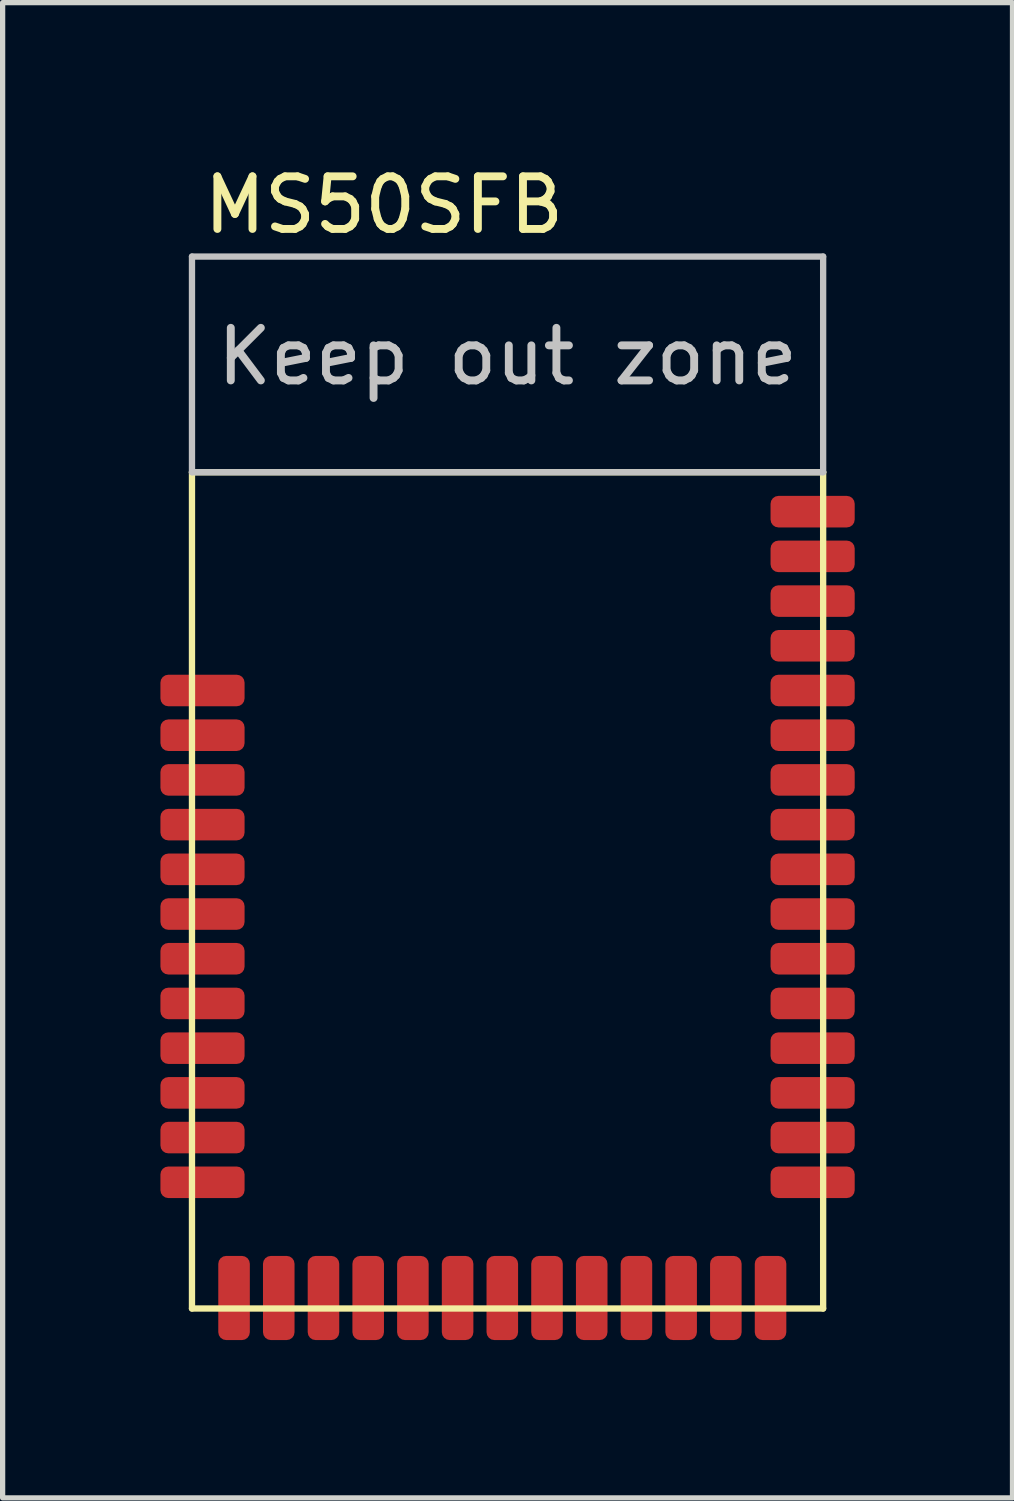
<source format=kicad_pcb>
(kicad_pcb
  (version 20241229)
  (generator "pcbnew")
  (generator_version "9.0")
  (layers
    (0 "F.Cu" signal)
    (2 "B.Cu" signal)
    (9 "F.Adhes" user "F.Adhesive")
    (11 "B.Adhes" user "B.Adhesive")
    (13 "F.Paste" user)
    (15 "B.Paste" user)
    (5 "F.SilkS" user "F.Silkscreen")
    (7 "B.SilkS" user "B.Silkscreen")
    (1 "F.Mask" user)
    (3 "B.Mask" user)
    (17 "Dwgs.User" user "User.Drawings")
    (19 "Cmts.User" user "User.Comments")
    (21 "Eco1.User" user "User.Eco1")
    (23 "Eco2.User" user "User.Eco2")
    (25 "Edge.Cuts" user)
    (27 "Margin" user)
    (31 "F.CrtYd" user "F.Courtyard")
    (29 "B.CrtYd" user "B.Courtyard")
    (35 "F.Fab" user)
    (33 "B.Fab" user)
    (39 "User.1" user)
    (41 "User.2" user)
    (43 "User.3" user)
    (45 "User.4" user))
  (footprint "MS50SFB"
    (layer "F.Cu")
    (at 0.6 21.828)
    (property "Reference" "MS50SFB" (at 3.65 -20.98 0) (layer "F.SilkS") (effects (font (size 1 1) (thickness 0.15))))
    (attr through_hole)
    (fp_line (start 0 -15.9) (end 0 0) (stroke (width 0.12) (type solid)) (layer "F.SilkS"))
    (fp_line (start 0 0) (end 12 0) (stroke (width 0.12) (type solid)) (layer "F.SilkS"))
    (fp_line (start 12 -15.9) (end 0 -15.9) (stroke (width 0.12) (type solid)) (layer "F.SilkS"))
    (fp_line (start 12 0) (end 12 -15.9) (stroke (width 0.12) (type solid)) (layer "F.SilkS"))
    (fp_line (start 0 -20) (end 12 -20) (stroke (width 0.12) (type solid)) (layer "Dwgs.User"))
    (fp_line (start 0 -15.9) (end 0 -20) (stroke (width 0.12) (type solid)) (layer "Dwgs.User"))
    (fp_line (start 12 -20) (end 12 -15.9) (stroke (width 0.12) (type solid)) (layer "Dwgs.User"))
    (fp_line (start 12 -15.9) (end 0 -15.9) (stroke (width 0.12) (type solid)) (layer "Dwgs.User"))
    (fp_text user "Keep out zone" (at 6 -18.1 0) (layer "Dwgs.User") (effects (font (size 1 1) (thickness 0.15))))
    (pad "1" smd roundrect (at 0.2 -11.75) (size 1.6 0.6) (layers "F.Cu" "F.Mask" "F.Paste") (roundrect_rratio 0.25))
    (pad "2" smd roundrect (at 0.2 -10.9) (size 1.6 0.6) (layers "F.Cu" "F.Mask" "F.Paste") (roundrect_rratio 0.25))
    (pad "3" smd roundrect (at 0.2 -10.05) (size 1.6 0.6) (layers "F.Cu" "F.Mask" "F.Paste") (roundrect_rratio 0.25))
    (pad "4" smd roundrect (at 0.2 -9.2) (size 1.6 0.6) (layers "F.Cu" "F.Mask" "F.Paste") (roundrect_rratio 0.25))
    (pad "5" smd roundrect (at 0.2 -8.35) (size 1.6 0.6) (layers "F.Cu" "F.Mask" "F.Paste") (roundrect_rratio 0.25))
    (pad "6" smd roundrect (at 0.2 -7.5) (size 1.6 0.6) (layers "F.Cu" "F.Mask" "F.Paste") (roundrect_rratio 0.25))
    (pad "7" smd roundrect (at 0.2 -6.65) (size 1.6 0.6) (layers "F.Cu" "F.Mask" "F.Paste") (roundrect_rratio 0.25))
    (pad "8" smd roundrect (at 0.2 -5.8) (size 1.6 0.6) (layers "F.Cu" "F.Mask" "F.Paste") (roundrect_rratio 0.25))
    (pad "9" smd roundrect (at 0.2 -4.95) (size 1.6 0.6) (layers "F.Cu" "F.Mask" "F.Paste") (roundrect_rratio 0.25))
    (pad "10" smd roundrect (at 0.2 -4.1) (size 1.6 0.6) (layers "F.Cu" "F.Mask" "F.Paste") (roundrect_rratio 0.25))
    (pad "11" smd roundrect (at 0.2 -3.25) (size 1.6 0.6) (layers "F.Cu" "F.Mask" "F.Paste") (roundrect_rratio 0.25))
    (pad "12" smd roundrect (at 0.2 -2.4) (size 1.6 0.6) (layers "F.Cu" "F.Mask" "F.Paste") (roundrect_rratio 0.25))
    (pad "13" smd roundrect (at 0.8 -0.2) (size 0.6 1.6) (layers "F.Cu" "F.Mask" "F.Paste") (roundrect_rratio 0.25))
    (pad "14" smd roundrect (at 1.65 -0.2) (size 0.6 1.6) (layers "F.Cu" "F.Mask" "F.Paste") (roundrect_rratio 0.25))
    (pad "15" smd roundrect (at 2.5 -0.2) (size 0.6 1.6) (layers "F.Cu" "F.Mask" "F.Paste") (roundrect_rratio 0.25))
    (pad "16" smd roundrect (at 3.35 -0.2) (size 0.6 1.6) (layers "F.Cu" "F.Mask" "F.Paste") (roundrect_rratio 0.25))
    (pad "17" smd roundrect (at 4.2 -0.2) (size 0.6 1.6) (layers "F.Cu" "F.Mask" "F.Paste") (roundrect_rratio 0.25))
    (pad "18" smd roundrect (at 5.05 -0.2) (size 0.6 1.6) (layers "F.Cu" "F.Mask" "F.Paste") (roundrect_rratio 0.25))
    (pad "19" smd roundrect (at 5.9 -0.2) (size 0.6 1.6) (layers "F.Cu" "F.Mask" "F.Paste") (roundrect_rratio 0.25))
    (pad "20" smd roundrect (at 6.75 -0.2) (size 0.6 1.6) (layers "F.Cu" "F.Mask" "F.Paste") (roundrect_rratio 0.25))
    (pad "21" smd roundrect (at 7.6 -0.2) (size 0.6 1.6) (layers "F.Cu" "F.Mask" "F.Paste") (roundrect_rratio 0.25))
    (pad "22" smd roundrect (at 8.45 -0.2) (size 0.6 1.6) (layers "F.Cu" "F.Mask" "F.Paste") (roundrect_rratio 0.25))
    (pad "23" smd roundrect (at 9.3 -0.2) (size 0.6 1.6) (layers "F.Cu" "F.Mask" "F.Paste") (roundrect_rratio 0.25))
    (pad "24" smd roundrect (at 10.15 -0.2) (size 0.6 1.6) (layers "F.Cu" "F.Mask" "F.Paste") (roundrect_rratio 0.25))
    (pad "25" smd roundrect (at 11 -0.2) (size 0.6 1.6) (layers "F.Cu" "F.Mask" "F.Paste") (roundrect_rratio 0.25))
    (pad "26" smd roundrect (at 11.8 -2.4) (size 1.6 0.6) (layers "F.Cu" "F.Mask" "F.Paste") (roundrect_rratio 0.25))
    (pad "27" smd roundrect (at 11.8 -3.25) (size 1.6 0.6) (layers "F.Cu" "F.Mask" "F.Paste") (roundrect_rratio 0.25))
    (pad "28" smd roundrect (at 11.8 -4.1) (size 1.6 0.6) (layers "F.Cu" "F.Mask" "F.Paste") (roundrect_rratio 0.25))
    (pad "29" smd roundrect (at 11.8 -4.95) (size 1.6 0.6) (layers "F.Cu" "F.Mask" "F.Paste") (roundrect_rratio 0.25))
    (pad "30" smd roundrect (at 11.8 -5.8) (size 1.6 0.6) (layers "F.Cu" "F.Mask" "F.Paste") (roundrect_rratio 0.25))
    (pad "31" smd roundrect (at 11.8 -6.65) (size 1.6 0.6) (layers "F.Cu" "F.Mask" "F.Paste") (roundrect_rratio 0.25))
    (pad "32" smd roundrect (at 11.8 -7.5) (size 1.6 0.6) (layers "F.Cu" "F.Mask" "F.Paste") (roundrect_rratio 0.25))
    (pad "33" smd roundrect (at 11.8 -8.35) (size 1.6 0.6) (layers "F.Cu" "F.Mask" "F.Paste") (roundrect_rratio 0.25))
    (pad "34" smd roundrect (at 11.8 -9.2) (size 1.6 0.6) (layers "F.Cu" "F.Mask" "F.Paste") (roundrect_rratio 0.25))
    (pad "35" smd roundrect (at 11.8 -10.05) (size 1.6 0.6) (layers "F.Cu" "F.Mask" "F.Paste") (roundrect_rratio 0.25))
    (pad "36" smd roundrect (at 11.8 -10.9) (size 1.6 0.6) (layers "F.Cu" "F.Mask" "F.Paste") (roundrect_rratio 0.25))
    (pad "37" smd roundrect (at 11.8 -11.75) (size 1.6 0.6) (layers "F.Cu" "F.Mask" "F.Paste") (roundrect_rratio 0.25))
    (pad "38" smd roundrect (at 11.8 -12.6) (size 1.6 0.6) (layers "F.Cu" "F.Mask" "F.Paste") (roundrect_rratio 0.25))
    (pad "39" smd roundrect (at 11.8 -13.45) (size 1.6 0.6) (layers "F.Cu" "F.Mask" "F.Paste") (roundrect_rratio 0.25))
    (pad "40" smd roundrect (at 11.8 -14.3) (size 1.6 0.6) (layers "F.Cu" "F.Mask" "F.Paste") (roundrect_rratio 0.25))
    (pad "41" smd roundrect (at 11.8 -15.15) (size 1.6 0.6) (layers "F.Cu" "F.Mask" "F.Paste") (roundrect_rratio 0.25)))
  (gr_rect
    (start -3 -3)
    (end 16.2 25.428)
    (stroke (width 0.1) (type default))
    (fill no)
    (layer "Edge.Cuts")))
</source>
